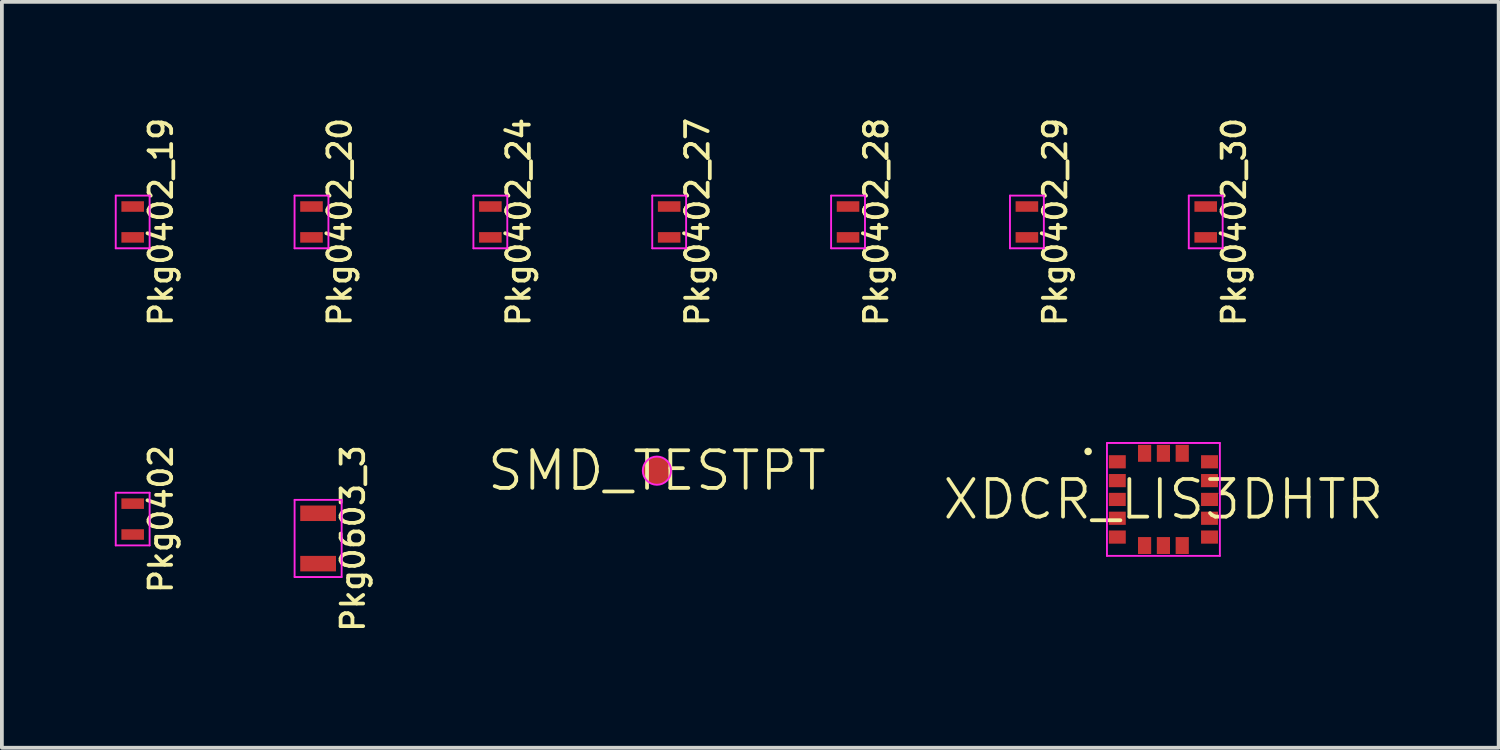
<source format=kicad_pcb>
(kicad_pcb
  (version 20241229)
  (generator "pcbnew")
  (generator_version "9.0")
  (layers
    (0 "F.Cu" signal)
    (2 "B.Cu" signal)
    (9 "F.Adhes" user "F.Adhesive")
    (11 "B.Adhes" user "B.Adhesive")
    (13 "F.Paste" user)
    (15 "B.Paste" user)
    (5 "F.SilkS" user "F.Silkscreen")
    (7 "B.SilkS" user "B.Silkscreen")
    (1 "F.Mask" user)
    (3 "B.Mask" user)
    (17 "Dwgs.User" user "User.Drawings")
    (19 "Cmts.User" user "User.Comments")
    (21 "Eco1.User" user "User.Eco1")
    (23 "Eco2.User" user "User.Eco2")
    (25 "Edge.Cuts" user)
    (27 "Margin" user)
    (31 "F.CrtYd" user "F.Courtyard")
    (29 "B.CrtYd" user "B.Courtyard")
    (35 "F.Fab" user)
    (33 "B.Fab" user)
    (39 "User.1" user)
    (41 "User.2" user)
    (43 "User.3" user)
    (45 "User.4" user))
  (footprint "Pkg0402"
    (layer "F.Cu")
    (at 0.475 10.741)
    (property "Reference" "Pkg0402" (at 0.75 0 90) (layer "F.SilkS") (effects (font (size 0.6 0.6) (thickness 0.1))))
    (fp_line (start -0.45 -0.7) (end -0.45 0.7) (stroke (width 0.05) (type solid)) (layer "F.CrtYd"))
    (fp_line (start -0.45 0.7) (end 0.45 0.7) (stroke (width 0.05) (type solid)) (layer "F.CrtYd"))
    (fp_line (start 0.45 -0.7) (end -0.45 -0.7) (stroke (width 0.05) (type solid)) (layer "F.CrtYd"))
    (fp_line (start 0.45 0.7) (end 0.45 -0.7) (stroke (width 0.05) (type solid)) (layer "F.CrtYd"))
    (pad "1" smd rect (at 0 -0.41) (size 0.6 0.28) (layers "F.Cu" "F.Mask" "F.Paste"))
    (pad "2" smd rect (at 0 0.41) (size 0.6 0.28) (layers "F.Cu" "F.Mask" "F.Paste")))
  (footprint "Pkg0402_30"
    (layer "F.Cu")
    (at 28.984 2.847)
    (property "Reference" "Pkg0402_30" (at 0.75 0 90) (layer "F.SilkS") (effects (font (size 0.6 0.6) (thickness 0.1))))
    (fp_line (start -0.45 -0.7) (end -0.45 0.7) (stroke (width 0.05) (type solid)) (layer "F.CrtYd"))
    (fp_line (start -0.45 0.7) (end 0.45 0.7) (stroke (width 0.05) (type solid)) (layer "F.CrtYd"))
    (fp_line (start 0.45 -0.7) (end -0.45 -0.7) (stroke (width 0.05) (type solid)) (layer "F.CrtYd"))
    (fp_line (start 0.45 0.7) (end 0.45 -0.7) (stroke (width 0.05) (type solid)) (layer "F.CrtYd"))
    (pad "1" smd rect (at 0 -0.41) (size 0.6 0.28) (layers "F.Cu" "F.Mask" "F.Paste"))
    (pad "2" smd rect (at 0 0.41) (size 0.6 0.28) (layers "F.Cu" "F.Mask" "F.Paste")))
  (footprint "Pkg0603_3"
    (layer "F.Cu")
    (at 5.402 11.256)
    (property "Reference" "Pkg0603_3" (at 0.925 0 90) (layer "F.SilkS") (effects (font (size 0.6 0.6) (thickness 0.1))))
    (fp_line (start -0.625 -1.025) (end -0.625 1.025) (stroke (width 0.05) (type solid)) (layer "F.CrtYd"))
    (fp_line (start -0.625 1.025) (end 0.625 1.025) (stroke (width 0.05) (type solid)) (layer "F.CrtYd"))
    (fp_line (start 0.625 -1.025) (end -0.625 -1.025) (stroke (width 0.05) (type solid)) (layer "F.CrtYd"))
    (fp_line (start 0.625 1.025) (end 0.625 -1.025) (stroke (width 0.05) (type solid)) (layer "F.CrtYd"))
    (pad "1" smd rect (at 0 0.669) (size 0.95 0.412) (layers "F.Cu" "F.Mask" "F.Paste"))
    (pad "2" smd rect (at 0 -0.669) (size 0.95 0.412) (layers "F.Cu" "F.Mask" "F.Paste")))
  (footprint "Pkg0402_24"
    (layer "F.Cu")
    (at 9.978 2.847)
    (property "Reference" "Pkg0402_24" (at 0.75 0 90) (layer "F.SilkS") (effects (font (size 0.6 0.6) (thickness 0.1))))
    (fp_line (start -0.45 -0.7) (end -0.45 0.7) (stroke (width 0.05) (type solid)) (layer "F.CrtYd"))
    (fp_line (start -0.45 0.7) (end 0.45 0.7) (stroke (width 0.05) (type solid)) (layer "F.CrtYd"))
    (fp_line (start 0.45 -0.7) (end -0.45 -0.7) (stroke (width 0.05) (type solid)) (layer "F.CrtYd"))
    (fp_line (start 0.45 0.7) (end 0.45 -0.7) (stroke (width 0.05) (type solid)) (layer "F.CrtYd"))
    (pad "1" smd rect (at 0 0.41) (size 0.6 0.28) (layers "F.Cu" "F.Mask" "F.Paste"))
    (pad "2" smd rect (at 0 -0.41) (size 0.6 0.28) (layers "F.Cu" "F.Mask" "F.Paste")))
  (footprint "XDCR_LIS3DHTR"
    (layer "F.Cu")
    (at 27.86 10.219)
    (property "Reference" "XDCR_LIS3DHTR" (at 0 0 0) (layer "F.SilkS") (effects (font (size 1 1) (thickness 0.1))))
    (fp_poly (pts (xy -1.9 -1.275) (xy -1.902 -1.295) (xy -1.908 -1.313) (xy -1.917 -1.331) (xy -1.929 -1.346) (xy -1.944 -1.358) (xy -1.962 -1.367) (xy -1.98 -1.373) (xy -2 -1.375) (xy -2.02 -1.373) (xy -2.038 -1.367) (xy -2.056 -1.358) (xy -2.071 -1.346) (xy -2.083 -1.331) (xy -2.092 -1.313) (xy -2.098 -1.295) (xy -2.1 -1.275) (xy -2.098 -1.255) (xy -2.092 -1.237) (xy -2.083 -1.219) (xy -2.071 -1.204) (xy -2.056 -1.192) (xy -2.038 -1.183) (xy -2.02 -1.177) (xy -2 -1.175) (xy -1.98 -1.177) (xy -1.962 -1.183) (xy -1.944 -1.192) (xy -1.929 -1.204) (xy -1.917 -1.219) (xy -1.908 -1.237) (xy -1.902 -1.255)) (stroke (width 0) (type solid)) (fill yes) (layer "F.SilkS"))
    (fp_line (start -1.5 -1.5) (end -1.5 1.5) (stroke (width 0.05) (type solid)) (layer "F.CrtYd"))
    (fp_line (start -1.5 1.5) (end 1.5 1.5) (stroke (width 0.05) (type solid)) (layer "F.CrtYd"))
    (fp_line (start 1.5 -1.5) (end -1.5 -1.5) (stroke (width 0.05) (type solid)) (layer "F.CrtYd"))
    (fp_line (start 1.5 1.5) (end 1.5 -1.5) (stroke (width 0.05) (type solid)) (layer "F.CrtYd"))
    (pad "1" smd rect (at -1.225 -1) (size 0.45 0.35) (layers "F.Cu" "F.Mask" "F.Paste"))
    (pad "2" smd rect (at -1.225 -0.5) (size 0.45 0.35) (layers "F.Cu" "F.Mask" "F.Paste"))
    (pad "3" smd rect (at -1.225 0) (size 0.45 0.35) (layers "F.Cu" "F.Mask" "F.Paste"))
    (pad "4" smd rect (at -1.225 0.5) (size 0.45 0.35) (layers "F.Cu" "F.Mask" "F.Paste"))
    (pad "5" smd rect (at -1.225 1) (size 0.45 0.35) (layers "F.Cu" "F.Mask" "F.Paste"))
    (pad "6" smd rect (at -0.5 1.225) (size 0.35 0.45) (layers "F.Cu" "F.Mask" "F.Paste"))
    (pad "7" smd rect (at 0 1.225) (size 0.35 0.45) (layers "F.Cu" "F.Mask" "F.Paste"))
    (pad "8" smd rect (at 0.5 1.225) (size 0.35 0.45) (layers "F.Cu" "F.Mask" "F.Paste"))
    (pad "9" smd rect (at 1.225 1) (size 0.45 0.35) (layers "F.Cu" "F.Mask" "F.Paste"))
    (pad "10" smd rect (at 1.225 0.5) (size 0.45 0.35) (layers "F.Cu" "F.Mask" "F.Paste"))
    (pad "11" smd rect (at 1.225 0) (size 0.45 0.35) (layers "F.Cu" "F.Mask" "F.Paste"))
    (pad "12" smd rect (at 1.225 -0.5) (size 0.45 0.35) (layers "F.Cu" "F.Mask" "F.Paste"))
    (pad "13" smd rect (at 1.225 -1) (size 0.45 0.35) (layers "F.Cu" "F.Mask" "F.Paste"))
    (pad "14" smd rect (at 0.5 -1.225) (size 0.35 0.45) (layers "F.Cu" "F.Mask" "F.Paste"))
    (pad "15" smd rect (at 0 -1.225) (size 0.35 0.45) (layers "F.Cu" "F.Mask" "F.Paste"))
    (pad "16" smd rect (at -0.5 -1.225) (size 0.35 0.45) (layers "F.Cu" "F.Mask" "F.Paste")))
  (footprint "Pkg0402_20"
    (layer "F.Cu")
    (at 5.226 2.847)
    (property "Reference" "Pkg0402_20" (at 0.75 0 90) (layer "F.SilkS") (effects (font (size 0.6 0.6) (thickness 0.1))))
    (fp_line (start -0.45 -0.7) (end -0.45 0.7) (stroke (width 0.05) (type solid)) (layer "F.CrtYd"))
    (fp_line (start -0.45 0.7) (end 0.45 0.7) (stroke (width 0.05) (type solid)) (layer "F.CrtYd"))
    (fp_line (start 0.45 -0.7) (end -0.45 -0.7) (stroke (width 0.05) (type solid)) (layer "F.CrtYd"))
    (fp_line (start 0.45 0.7) (end 0.45 -0.7) (stroke (width 0.05) (type solid)) (layer "F.CrtYd"))
    (pad "1" smd rect (at 0 -0.41) (size 0.6 0.28) (layers "F.Cu" "F.Mask" "F.Paste"))
    (pad "2" smd rect (at 0 0.41) (size 0.6 0.28) (layers "F.Cu" "F.Mask" "F.Paste")))
  (footprint "Pkg0402_27"
    (layer "F.Cu")
    (at 14.729 2.847)
    (property "Reference" "Pkg0402_27" (at 0.75 0 90) (layer "F.SilkS") (effects (font (size 0.6 0.6) (thickness 0.1))))
    (fp_line (start -0.45 -0.7) (end -0.45 0.7) (stroke (width 0.05) (type solid)) (layer "F.CrtYd"))
    (fp_line (start -0.45 0.7) (end 0.45 0.7) (stroke (width 0.05) (type solid)) (layer "F.CrtYd"))
    (fp_line (start 0.45 -0.7) (end -0.45 -0.7) (stroke (width 0.05) (type solid)) (layer "F.CrtYd"))
    (fp_line (start 0.45 0.7) (end 0.45 -0.7) (stroke (width 0.05) (type solid)) (layer "F.CrtYd"))
    (pad "1" smd rect (at 0 -0.41) (size 0.6 0.28) (layers "F.Cu" "F.Mask" "F.Paste"))
    (pad "2" smd rect (at 0 0.41) (size 0.6 0.28) (layers "F.Cu" "F.Mask" "F.Paste")))
  (footprint "SMD_TESTPT"
    (layer "F.Cu")
    (at 14.403 9.455)
    (property "Reference" "SMD_TESTPT" (at 0 0 0) (layer "F.SilkS") (effects (font (size 1 1) (thickness 0.1))))
    (fp_circle (center 0 0) (end 0.375 0) (stroke (width 0.05) (type solid)) (fill no) (layer "F.CrtYd"))
    (pad "p" smd circle (at 0 0) (size 0.75 0.75) (layers "F.Cu" "F.Mask")))
  (footprint "Pkg0402_28"
    (layer "F.Cu")
    (at 19.481 2.847)
    (property "Reference" "Pkg0402_28" (at 0.75 0 90) (layer "F.SilkS") (effects (font (size 0.6 0.6) (thickness 0.1))))
    (fp_line (start -0.45 -0.7) (end -0.45 0.7) (stroke (width 0.05) (type solid)) (layer "F.CrtYd"))
    (fp_line (start -0.45 0.7) (end 0.45 0.7) (stroke (width 0.05) (type solid)) (layer "F.CrtYd"))
    (fp_line (start 0.45 -0.7) (end -0.45 -0.7) (stroke (width 0.05) (type solid)) (layer "F.CrtYd"))
    (fp_line (start 0.45 0.7) (end 0.45 -0.7) (stroke (width 0.05) (type solid)) (layer "F.CrtYd"))
    (pad "1" smd rect (at 0 0.41) (size 0.6 0.28) (layers "F.Cu" "F.Mask" "F.Paste"))
    (pad "2" smd rect (at 0 -0.41) (size 0.6 0.28) (layers "F.Cu" "F.Mask" "F.Paste")))
  (footprint "Pkg0402_19"
    (layer "F.Cu")
    (at 0.475 2.847)
    (property "Reference" "Pkg0402_19" (at 0.75 0 90) (layer "F.SilkS") (effects (font (size 0.6 0.6) (thickness 0.1))))
    (fp_line (start -0.45 -0.7) (end -0.45 0.7) (stroke (width 0.05) (type solid)) (layer "F.CrtYd"))
    (fp_line (start -0.45 0.7) (end 0.45 0.7) (stroke (width 0.05) (type solid)) (layer "F.CrtYd"))
    (fp_line (start 0.45 -0.7) (end -0.45 -0.7) (stroke (width 0.05) (type solid)) (layer "F.CrtYd"))
    (fp_line (start 0.45 0.7) (end 0.45 -0.7) (stroke (width 0.05) (type solid)) (layer "F.CrtYd"))
    (pad "1" smd rect (at 0 -0.41) (size 0.6 0.28) (layers "F.Cu" "F.Mask" "F.Paste"))
    (pad "2" smd rect (at 0 0.41) (size 0.6 0.28) (layers "F.Cu" "F.Mask" "F.Paste")))
  (footprint "Pkg0402_29"
    (layer "F.Cu")
    (at 24.233 2.847)
    (property "Reference" "Pkg0402_29" (at 0.75 0 90) (layer "F.SilkS") (effects (font (size 0.6 0.6) (thickness 0.1))))
    (fp_line (start -0.45 -0.7) (end -0.45 0.7) (stroke (width 0.05) (type solid)) (layer "F.CrtYd"))
    (fp_line (start -0.45 0.7) (end 0.45 0.7) (stroke (width 0.05) (type solid)) (layer "F.CrtYd"))
    (fp_line (start 0.45 -0.7) (end -0.45 -0.7) (stroke (width 0.05) (type solid)) (layer "F.CrtYd"))
    (fp_line (start 0.45 0.7) (end 0.45 -0.7) (stroke (width 0.05) (type solid)) (layer "F.CrtYd"))
    (pad "1" smd rect (at 0 -0.41) (size 0.6 0.28) (layers "F.Cu" "F.Mask" "F.Paste"))
    (pad "2" smd rect (at 0 0.41) (size 0.6 0.28) (layers "F.Cu" "F.Mask" "F.Paste")))
  (gr_rect
    (start -3 -3)
    (end 36.767 16.817)
    (stroke (width 0.1) (type default))
    (fill no)
    (layer "Edge.Cuts")))
</source>
